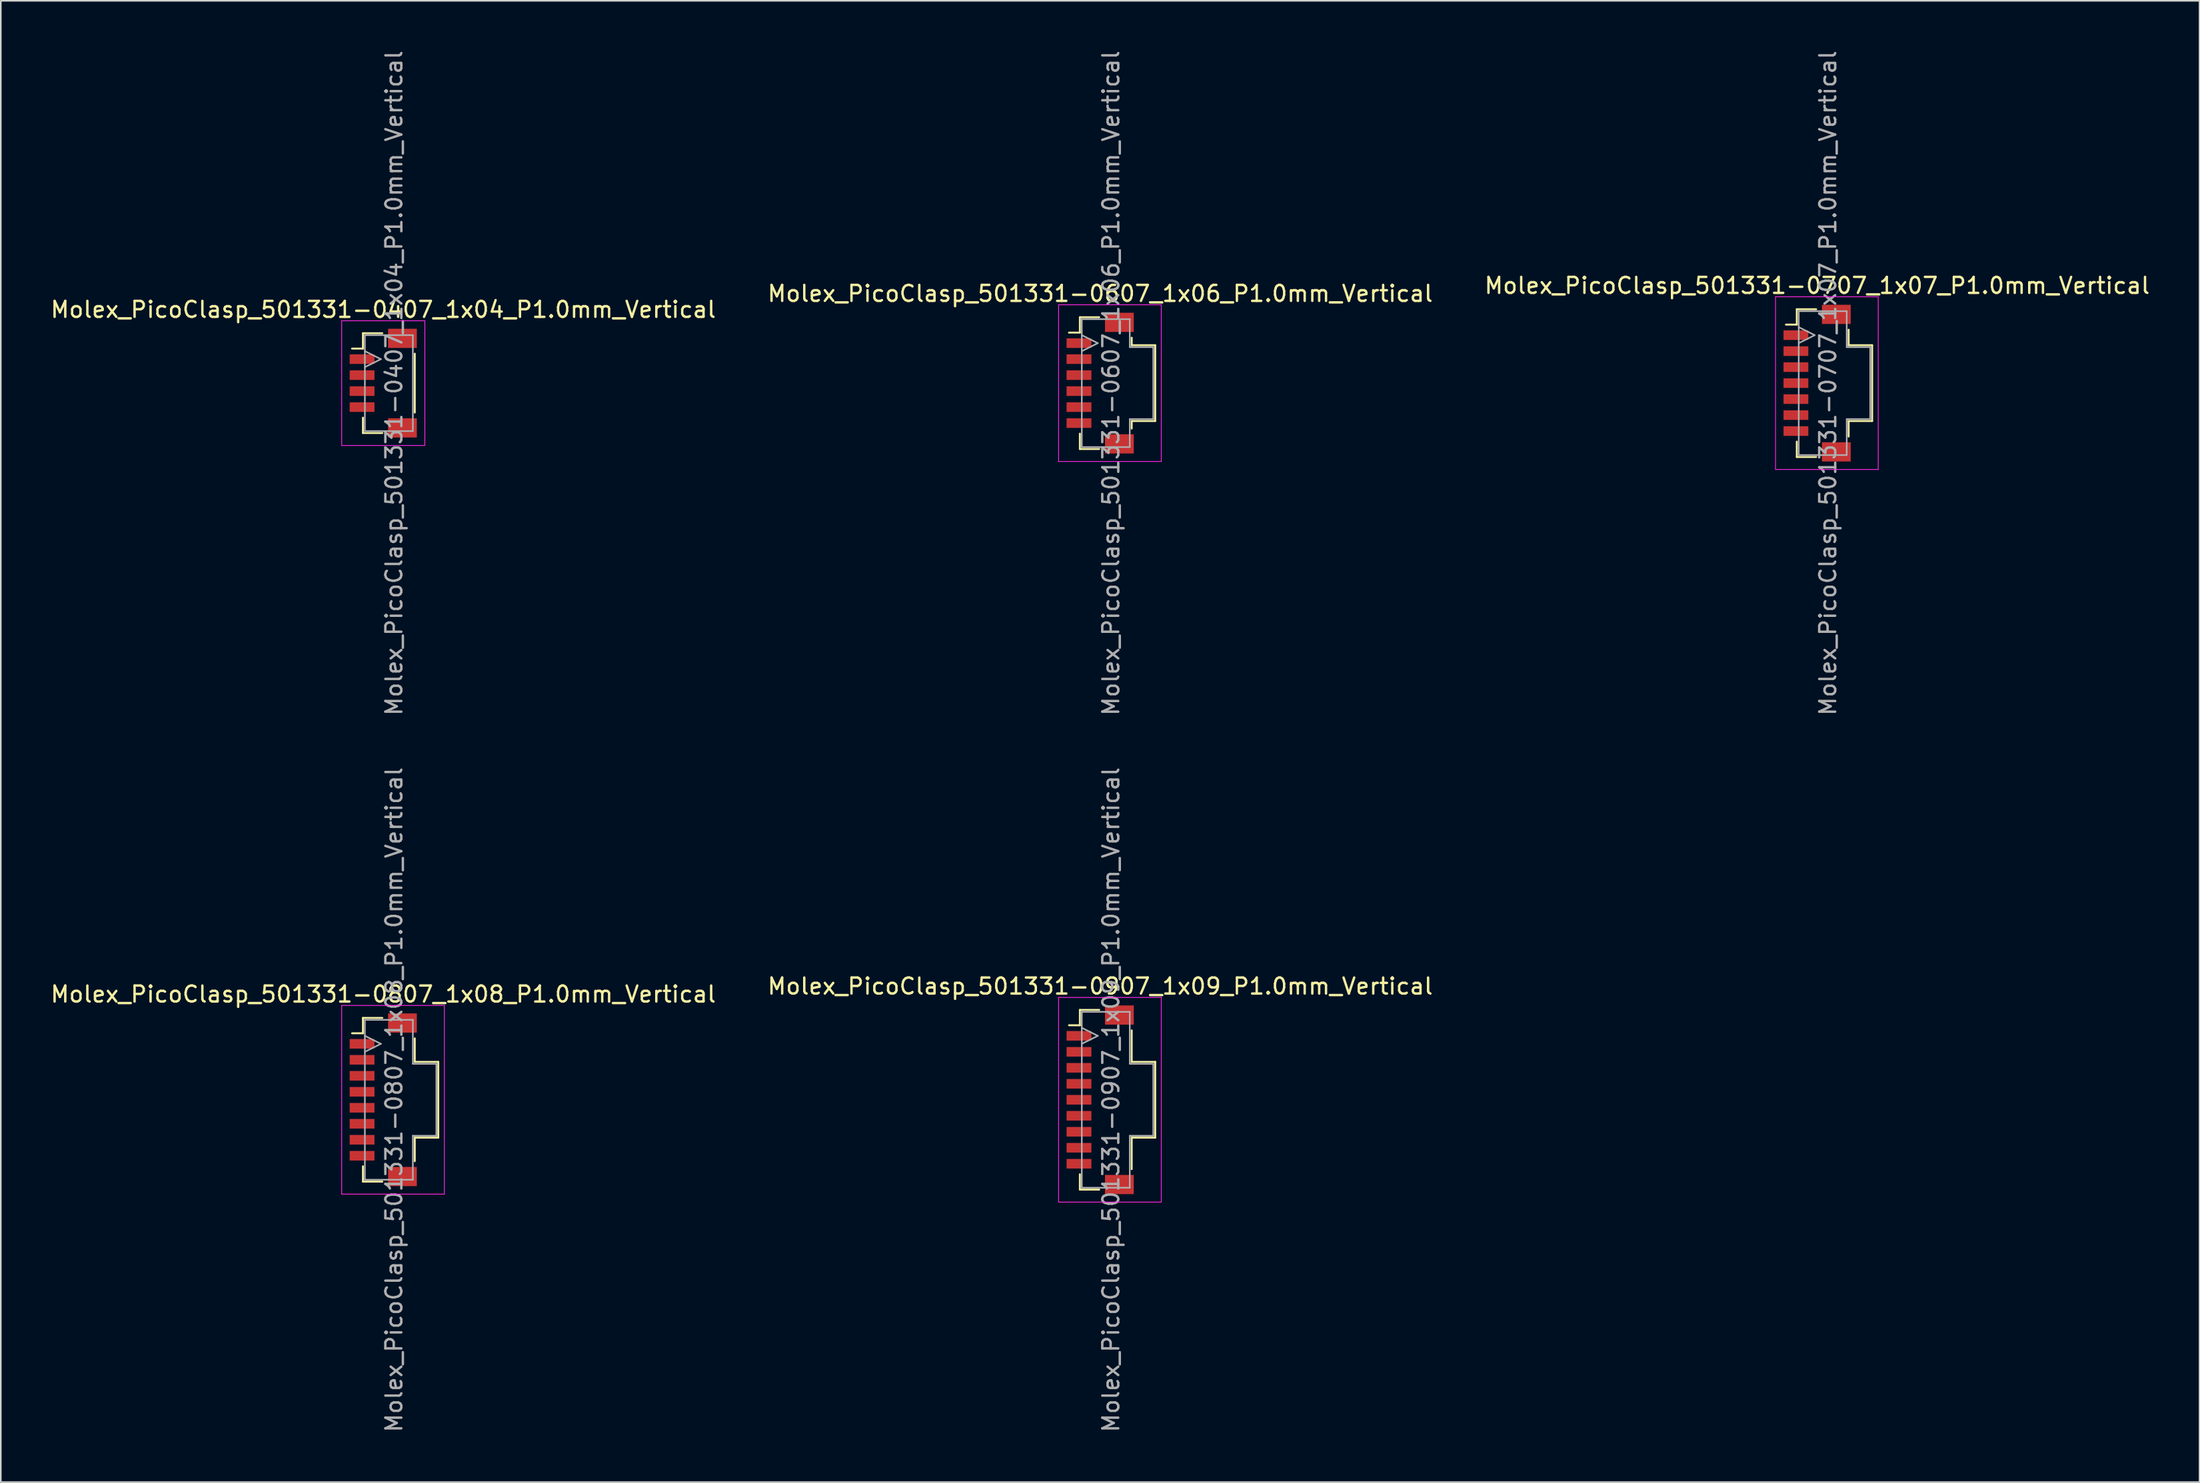
<source format=kicad_pcb>
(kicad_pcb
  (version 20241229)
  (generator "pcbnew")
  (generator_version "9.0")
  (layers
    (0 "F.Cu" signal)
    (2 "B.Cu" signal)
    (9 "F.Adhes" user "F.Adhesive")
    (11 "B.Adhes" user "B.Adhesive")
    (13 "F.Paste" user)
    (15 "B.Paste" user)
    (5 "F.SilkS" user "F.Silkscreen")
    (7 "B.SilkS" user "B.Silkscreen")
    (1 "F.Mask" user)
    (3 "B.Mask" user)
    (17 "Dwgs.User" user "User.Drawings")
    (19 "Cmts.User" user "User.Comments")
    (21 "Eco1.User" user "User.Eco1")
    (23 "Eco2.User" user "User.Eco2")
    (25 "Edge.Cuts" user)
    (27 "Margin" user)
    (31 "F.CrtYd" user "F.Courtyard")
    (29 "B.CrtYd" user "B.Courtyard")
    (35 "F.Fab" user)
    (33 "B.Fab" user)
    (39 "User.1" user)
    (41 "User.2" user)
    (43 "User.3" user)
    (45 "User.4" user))
  (footprint "Molex_PicoClasp_501331-0707_1x07_P1.0mm_Vertical"
    (layer "F.Cu")
    (at 110.554 20.911)
    (property "Reference" "Molex_PicoClasp_501331-0707_1x07_P1.0mm_Vertical" (at 0 -6.1 0) (layer "F.SilkS") (effects (font (size 1 1) (thickness 0.15))))
    (attr smd)
    (fp_line (start -1.95 -3.66) (end -1.27 -3.66) (stroke (width 0.12) (type solid)) (layer "F.SilkS"))
    (fp_line (start -1.27 -4.62) (end -0.06 -4.62) (stroke (width 0.12) (type solid)) (layer "F.SilkS"))
    (fp_line (start -1.27 -3.66) (end -1.27 -4.62) (stroke (width 0.12) (type solid)) (layer "F.SilkS"))
    (fp_line (start -1.27 3.66) (end -1.27 4.62) (stroke (width 0.12) (type solid)) (layer "F.SilkS"))
    (fp_line (start -1.27 4.62) (end -0.06 4.62) (stroke (width 0.12) (type solid)) (layer "F.SilkS"))
    (fp_line (start 1.97 -3.34) (end 1.97 -2.37) (stroke (width 0.12) (type solid)) (layer "F.SilkS"))
    (fp_line (start 1.97 -2.37) (end 3.44 -2.37) (stroke (width 0.12) (type solid)) (layer "F.SilkS"))
    (fp_line (start 1.97 2.37) (end 1.97 3.34) (stroke (width 0.12) (type solid)) (layer "F.SilkS"))
    (fp_line (start 3.44 -2.37) (end 3.44 2.37) (stroke (width 0.12) (type solid)) (layer "F.SilkS"))
    (fp_line (start 3.44 2.37) (end 1.97 2.37) (stroke (width 0.12) (type solid)) (layer "F.SilkS"))
    (fp_line (start -2.6 -5.4) (end -2.6 5.4) (stroke (width 0.05) (type solid)) (layer "F.CrtYd"))
    (fp_line (start -2.6 5.4) (end 3.82 5.4) (stroke (width 0.05) (type solid)) (layer "F.CrtYd"))
    (fp_line (start 3.82 -5.4) (end -2.6 -5.4) (stroke (width 0.05) (type solid)) (layer "F.CrtYd"))
    (fp_line (start 3.82 5.4) (end 3.82 -5.4) (stroke (width 0.05) (type solid)) (layer "F.CrtYd"))
    (fp_line (start -1.15 -4.5) (end 1.85 -4.5) (stroke (width 0.1) (type solid)) (layer "F.Fab"))
    (fp_line (start -1.15 -2.5) (end -0.15 -3) (stroke (width 0.1) (type solid)) (layer "F.Fab"))
    (fp_line (start -1.15 4.5) (end -1.15 -4.5) (stroke (width 0.1) (type solid)) (layer "F.Fab"))
    (fp_line (start -0.15 -3) (end -1.15 -3.5) (stroke (width 0.1) (type solid)) (layer "F.Fab"))
    (fp_line (start 1.85 -4.5) (end 1.85 -2.25) (stroke (width 0.1) (type solid)) (layer "F.Fab"))
    (fp_line (start 1.85 -2.25) (end 3.32 -2.25) (stroke (width 0.1) (type solid)) (layer "F.Fab"))
    (fp_line (start 1.85 2.25) (end 1.85 4.5) (stroke (width 0.1) (type solid)) (layer "F.Fab"))
    (fp_line (start 1.85 4.5) (end -1.15 4.5) (stroke (width 0.1) (type solid)) (layer "F.Fab"))
    (fp_line (start 3.32 -2.25) (end 3.32 2.25) (stroke (width 0.1) (type solid)) (layer "F.Fab"))
    (fp_line (start 3.32 2.25) (end 1.85 2.25) (stroke (width 0.1) (type solid)) (layer "F.Fab"))
    (fp_text user "${REFERENCE}" (at 0.675 0 90) (layer "F.Fab") (effects (font (size 1 1) (thickness 0.15))))
    (pad "" smd rect (at 1.2 -4.3) (size 1.8 1.2) (layers "F.Cu" "F.Mask" "F.Paste"))
    (pad "" smd rect (at 1.2 4.3) (size 1.8 1.2) (layers "F.Cu" "F.Mask" "F.Paste"))
    (pad "1" smd rect (at -1.325 -3) (size 1.55 0.6) (layers "F.Cu" "F.Mask" "F.Paste"))
    (pad "2" smd rect (at -1.325 -2) (size 1.55 0.6) (layers "F.Cu" "F.Mask" "F.Paste"))
    (pad "3" smd rect (at -1.325 -1) (size 1.55 0.6) (layers "F.Cu" "F.Mask" "F.Paste"))
    (pad "4" smd rect (at -1.325 0) (size 1.55 0.6) (layers "F.Cu" "F.Mask" "F.Paste"))
    (pad "5" smd rect (at -1.325 1) (size 1.55 0.6) (layers "F.Cu" "F.Mask" "F.Paste"))
    (pad "6" smd rect (at -1.325 2) (size 1.55 0.6) (layers "F.Cu" "F.Mask" "F.Paste"))
    (pad "7" smd rect (at -1.325 3) (size 1.55 0.6) (layers "F.Cu" "F.Mask" "F.Paste")))
  (footprint "Molex_PicoClasp_501331-0407_1x04_P1.0mm_Vertical"
    (layer "F.Cu")
    (at 20.911 20.911)
    (property "Reference" "Molex_PicoClasp_501331-0407_1x04_P1.0mm_Vertical" (at 0 -4.6 0) (layer "F.SilkS") (effects (font (size 1 1) (thickness 0.15))))
    (attr smd)
    (fp_line (start -1.95 -2.16) (end -1.27 -2.16) (stroke (width 0.12) (type solid)) (layer "F.SilkS"))
    (fp_line (start -1.27 -3.12) (end -0.06 -3.12) (stroke (width 0.12) (type solid)) (layer "F.SilkS"))
    (fp_line (start -1.27 -2.16) (end -1.27 -3.12) (stroke (width 0.12) (type solid)) (layer "F.SilkS"))
    (fp_line (start -1.27 2.16) (end -1.27 3.12) (stroke (width 0.12) (type solid)) (layer "F.SilkS"))
    (fp_line (start -1.27 3.12) (end -0.06 3.12) (stroke (width 0.12) (type solid)) (layer "F.SilkS"))
    (fp_line (start 1.97 -1.84) (end 1.97 1.84) (stroke (width 0.12) (type solid)) (layer "F.SilkS"))
    (fp_line (start -2.6 -3.9) (end -2.6 3.9) (stroke (width 0.05) (type solid)) (layer "F.CrtYd"))
    (fp_line (start -2.6 3.9) (end 2.6 3.9) (stroke (width 0.05) (type solid)) (layer "F.CrtYd"))
    (fp_line (start 2.6 -3.9) (end -2.6 -3.9) (stroke (width 0.05) (type solid)) (layer "F.CrtYd"))
    (fp_line (start 2.6 3.9) (end 2.6 -3.9) (stroke (width 0.05) (type solid)) (layer "F.CrtYd"))
    (fp_line (start -1.15 -3) (end -1.15 3) (stroke (width 0.1) (type solid)) (layer "F.Fab"))
    (fp_line (start -1.15 -1) (end -0.15 -1.5) (stroke (width 0.1) (type solid)) (layer "F.Fab"))
    (fp_line (start -1.15 3) (end 1.85 3) (stroke (width 0.1) (type solid)) (layer "F.Fab"))
    (fp_line (start -0.15 -1.5) (end -1.15 -2) (stroke (width 0.1) (type solid)) (layer "F.Fab"))
    (fp_line (start 1.85 -3) (end -1.15 -3) (stroke (width 0.1) (type solid)) (layer "F.Fab"))
    (fp_line (start 1.85 3) (end 1.85 -3) (stroke (width 0.1) (type solid)) (layer "F.Fab"))
    (fp_text user "${REFERENCE}" (at 0.675 0 90) (layer "F.Fab") (effects (font (size 1 1) (thickness 0.15))))
    (pad "" smd rect (at 1.2 -2.8) (size 1.8 1.2) (layers "F.Cu" "F.Mask" "F.Paste"))
    (pad "" smd rect (at 1.2 2.8) (size 1.8 1.2) (layers "F.Cu" "F.Mask" "F.Paste"))
    (pad "1" smd rect (at -1.325 -1.5) (size 1.55 0.6) (layers "F.Cu" "F.Mask" "F.Paste"))
    (pad "2" smd rect (at -1.325 -0.5) (size 1.55 0.6) (layers "F.Cu" "F.Mask" "F.Paste"))
    (pad "3" smd rect (at -1.325 0.5) (size 1.55 0.6) (layers "F.Cu" "F.Mask" "F.Paste"))
    (pad "4" smd rect (at -1.325 1.5) (size 1.55 0.6) (layers "F.Cu" "F.Mask" "F.Paste")))
  (footprint "Molex_PicoClasp_501331-0807_1x08_P1.0mm_Vertical"
    (layer "F.Cu")
    (at 20.911 65.732)
    (property "Reference" "Molex_PicoClasp_501331-0807_1x08_P1.0mm_Vertical" (at 0 -6.6 0) (layer "F.SilkS") (effects (font (size 1 1) (thickness 0.15))))
    (attr smd)
    (fp_line (start -1.95 -4.16) (end -1.27 -4.16) (stroke (width 0.12) (type solid)) (layer "F.SilkS"))
    (fp_line (start -1.27 -5.12) (end -0.06 -5.12) (stroke (width 0.12) (type solid)) (layer "F.SilkS"))
    (fp_line (start -1.27 -4.16) (end -1.27 -5.12) (stroke (width 0.12) (type solid)) (layer "F.SilkS"))
    (fp_line (start -1.27 4.16) (end -1.27 5.12) (stroke (width 0.12) (type solid)) (layer "F.SilkS"))
    (fp_line (start -1.27 5.12) (end -0.06 5.12) (stroke (width 0.12) (type solid)) (layer "F.SilkS"))
    (fp_line (start 1.97 -3.84) (end 1.97 -2.37) (stroke (width 0.12) (type solid)) (layer "F.SilkS"))
    (fp_line (start 1.97 -2.37) (end 3.44 -2.37) (stroke (width 0.12) (type solid)) (layer "F.SilkS"))
    (fp_line (start 1.97 2.37) (end 1.97 3.84) (stroke (width 0.12) (type solid)) (layer "F.SilkS"))
    (fp_line (start 3.44 -2.37) (end 3.44 2.37) (stroke (width 0.12) (type solid)) (layer "F.SilkS"))
    (fp_line (start 3.44 2.37) (end 1.97 2.37) (stroke (width 0.12) (type solid)) (layer "F.SilkS"))
    (fp_line (start -2.6 -5.9) (end -2.6 5.9) (stroke (width 0.05) (type solid)) (layer "F.CrtYd"))
    (fp_line (start -2.6 5.9) (end 3.82 5.9) (stroke (width 0.05) (type solid)) (layer "F.CrtYd"))
    (fp_line (start 3.82 -5.9) (end -2.6 -5.9) (stroke (width 0.05) (type solid)) (layer "F.CrtYd"))
    (fp_line (start 3.82 5.9) (end 3.82 -5.9) (stroke (width 0.05) (type solid)) (layer "F.CrtYd"))
    (fp_line (start -1.15 -5) (end 1.85 -5) (stroke (width 0.1) (type solid)) (layer "F.Fab"))
    (fp_line (start -1.15 -3) (end -0.15 -3.5) (stroke (width 0.1) (type solid)) (layer "F.Fab"))
    (fp_line (start -1.15 5) (end -1.15 -5) (stroke (width 0.1) (type solid)) (layer "F.Fab"))
    (fp_line (start -0.15 -3.5) (end -1.15 -4) (stroke (width 0.1) (type solid)) (layer "F.Fab"))
    (fp_line (start 1.85 -5) (end 1.85 -2.25) (stroke (width 0.1) (type solid)) (layer "F.Fab"))
    (fp_line (start 1.85 -2.25) (end 3.32 -2.25) (stroke (width 0.1) (type solid)) (layer "F.Fab"))
    (fp_line (start 1.85 2.25) (end 1.85 5) (stroke (width 0.1) (type solid)) (layer "F.Fab"))
    (fp_line (start 1.85 5) (end -1.15 5) (stroke (width 0.1) (type solid)) (layer "F.Fab"))
    (fp_line (start 3.32 -2.25) (end 3.32 2.25) (stroke (width 0.1) (type solid)) (layer "F.Fab"))
    (fp_line (start 3.32 2.25) (end 1.85 2.25) (stroke (width 0.1) (type solid)) (layer "F.Fab"))
    (fp_text user "${REFERENCE}" (at 0.675 0 90) (layer "F.Fab") (effects (font (size 1 1) (thickness 0.15))))
    (pad "" smd rect (at 1.2 -4.8) (size 1.8 1.2) (layers "F.Cu" "F.Mask" "F.Paste"))
    (pad "" smd rect (at 1.2 4.8) (size 1.8 1.2) (layers "F.Cu" "F.Mask" "F.Paste"))
    (pad "1" smd rect (at -1.325 -3.5) (size 1.55 0.6) (layers "F.Cu" "F.Mask" "F.Paste"))
    (pad "2" smd rect (at -1.325 -2.5) (size 1.55 0.6) (layers "F.Cu" "F.Mask" "F.Paste"))
    (pad "3" smd rect (at -1.325 -1.5) (size 1.55 0.6) (layers "F.Cu" "F.Mask" "F.Paste"))
    (pad "4" smd rect (at -1.325 -0.5) (size 1.55 0.6) (layers "F.Cu" "F.Mask" "F.Paste"))
    (pad "5" smd rect (at -1.325 0.5) (size 1.55 0.6) (layers "F.Cu" "F.Mask" "F.Paste"))
    (pad "6" smd rect (at -1.325 1.5) (size 1.55 0.6) (layers "F.Cu" "F.Mask" "F.Paste"))
    (pad "7" smd rect (at -1.325 2.5) (size 1.55 0.6) (layers "F.Cu" "F.Mask" "F.Paste"))
    (pad "8" smd rect (at -1.325 3.5) (size 1.55 0.6) (layers "F.Cu" "F.Mask" "F.Paste")))
  (footprint "Molex_PicoClasp_501331-0907_1x09_P1.0mm_Vertical"
    (layer "F.Cu")
    (at 65.732 65.732)
    (property "Reference" "Molex_PicoClasp_501331-0907_1x09_P1.0mm_Vertical" (at 0 -7.1 0) (layer "F.SilkS") (effects (font (size 1 1) (thickness 0.15))))
    (attr smd)
    (fp_line (start -1.95 -4.66) (end -1.27 -4.66) (stroke (width 0.12) (type solid)) (layer "F.SilkS"))
    (fp_line (start -1.27 -5.62) (end -0.06 -5.62) (stroke (width 0.12) (type solid)) (layer "F.SilkS"))
    (fp_line (start -1.27 -4.66) (end -1.27 -5.62) (stroke (width 0.12) (type solid)) (layer "F.SilkS"))
    (fp_line (start -1.27 4.66) (end -1.27 5.62) (stroke (width 0.12) (type solid)) (layer "F.SilkS"))
    (fp_line (start -1.27 5.62) (end -0.06 5.62) (stroke (width 0.12) (type solid)) (layer "F.SilkS"))
    (fp_line (start 1.97 -4.34) (end 1.97 -2.37) (stroke (width 0.12) (type solid)) (layer "F.SilkS"))
    (fp_line (start 1.97 -2.37) (end 3.44 -2.37) (stroke (width 0.12) (type solid)) (layer "F.SilkS"))
    (fp_line (start 1.97 2.37) (end 1.97 4.34) (stroke (width 0.12) (type solid)) (layer "F.SilkS"))
    (fp_line (start 3.44 -2.37) (end 3.44 2.37) (stroke (width 0.12) (type solid)) (layer "F.SilkS"))
    (fp_line (start 3.44 2.37) (end 1.97 2.37) (stroke (width 0.12) (type solid)) (layer "F.SilkS"))
    (fp_line (start -2.6 -6.4) (end -2.6 6.4) (stroke (width 0.05) (type solid)) (layer "F.CrtYd"))
    (fp_line (start -2.6 6.4) (end 3.82 6.4) (stroke (width 0.05) (type solid)) (layer "F.CrtYd"))
    (fp_line (start 3.82 -6.4) (end -2.6 -6.4) (stroke (width 0.05) (type solid)) (layer "F.CrtYd"))
    (fp_line (start 3.82 6.4) (end 3.82 -6.4) (stroke (width 0.05) (type solid)) (layer "F.CrtYd"))
    (fp_line (start -1.15 -5.5) (end 1.85 -5.5) (stroke (width 0.1) (type solid)) (layer "F.Fab"))
    (fp_line (start -1.15 -3.5) (end -0.15 -4) (stroke (width 0.1) (type solid)) (layer "F.Fab"))
    (fp_line (start -1.15 5.5) (end -1.15 -5.5) (stroke (width 0.1) (type solid)) (layer "F.Fab"))
    (fp_line (start -0.15 -4) (end -1.15 -4.5) (stroke (width 0.1) (type solid)) (layer "F.Fab"))
    (fp_line (start 1.85 -5.5) (end 1.85 -2.25) (stroke (width 0.1) (type solid)) (layer "F.Fab"))
    (fp_line (start 1.85 -2.25) (end 3.32 -2.25) (stroke (width 0.1) (type solid)) (layer "F.Fab"))
    (fp_line (start 1.85 2.25) (end 1.85 5.5) (stroke (width 0.1) (type solid)) (layer "F.Fab"))
    (fp_line (start 1.85 5.5) (end -1.15 5.5) (stroke (width 0.1) (type solid)) (layer "F.Fab"))
    (fp_line (start 3.32 -2.25) (end 3.32 2.25) (stroke (width 0.1) (type solid)) (layer "F.Fab"))
    (fp_line (start 3.32 2.25) (end 1.85 2.25) (stroke (width 0.1) (type solid)) (layer "F.Fab"))
    (fp_text user "${REFERENCE}" (at 0.675 0 90) (layer "F.Fab") (effects (font (size 1 1) (thickness 0.15))))
    (pad "" smd rect (at 1.2 -5.3) (size 1.8 1.2) (layers "F.Cu" "F.Mask" "F.Paste"))
    (pad "" smd rect (at 1.2 5.3) (size 1.8 1.2) (layers "F.Cu" "F.Mask" "F.Paste"))
    (pad "1" smd rect (at -1.325 -4) (size 1.55 0.6) (layers "F.Cu" "F.Mask" "F.Paste"))
    (pad "2" smd rect (at -1.325 -3) (size 1.55 0.6) (layers "F.Cu" "F.Mask" "F.Paste"))
    (pad "3" smd rect (at -1.325 -2) (size 1.55 0.6) (layers "F.Cu" "F.Mask" "F.Paste"))
    (pad "4" smd rect (at -1.325 -1) (size 1.55 0.6) (layers "F.Cu" "F.Mask" "F.Paste"))
    (pad "5" smd rect (at -1.325 0) (size 1.55 0.6) (layers "F.Cu" "F.Mask" "F.Paste"))
    (pad "6" smd rect (at -1.325 1) (size 1.55 0.6) (layers "F.Cu" "F.Mask" "F.Paste"))
    (pad "7" smd rect (at -1.325 2) (size 1.55 0.6) (layers "F.Cu" "F.Mask" "F.Paste"))
    (pad "8" smd rect (at -1.325 3) (size 1.55 0.6) (layers "F.Cu" "F.Mask" "F.Paste"))
    (pad "9" smd rect (at -1.325 4) (size 1.55 0.6) (layers "F.Cu" "F.Mask" "F.Paste")))
  (footprint "Molex_PicoClasp_501331-0607_1x06_P1.0mm_Vertical"
    (layer "F.Cu")
    (at 65.732 20.911)
    (property "Reference" "Molex_PicoClasp_501331-0607_1x06_P1.0mm_Vertical" (at 0 -5.6 0) (layer "F.SilkS") (effects (font (size 1 1) (thickness 0.15))))
    (attr smd)
    (fp_line (start -1.95 -3.16) (end -1.27 -3.16) (stroke (width 0.12) (type solid)) (layer "F.SilkS"))
    (fp_line (start -1.27 -4.12) (end -0.06 -4.12) (stroke (width 0.12) (type solid)) (layer "F.SilkS"))
    (fp_line (start -1.27 -3.16) (end -1.27 -4.12) (stroke (width 0.12) (type solid)) (layer "F.SilkS"))
    (fp_line (start -1.27 3.16) (end -1.27 4.12) (stroke (width 0.12) (type solid)) (layer "F.SilkS"))
    (fp_line (start -1.27 4.12) (end -0.06 4.12) (stroke (width 0.12) (type solid)) (layer "F.SilkS"))
    (fp_line (start 1.97 -2.84) (end 1.97 -2.37) (stroke (width 0.12) (type solid)) (layer "F.SilkS"))
    (fp_line (start 1.97 -2.37) (end 3.44 -2.37) (stroke (width 0.12) (type solid)) (layer "F.SilkS"))
    (fp_line (start 1.97 2.37) (end 1.97 2.84) (stroke (width 0.12) (type solid)) (layer "F.SilkS"))
    (fp_line (start 3.44 -2.37) (end 3.44 2.37) (stroke (width 0.12) (type solid)) (layer "F.SilkS"))
    (fp_line (start 3.44 2.37) (end 1.97 2.37) (stroke (width 0.12) (type solid)) (layer "F.SilkS"))
    (fp_line (start -2.6 -4.9) (end -2.6 4.9) (stroke (width 0.05) (type solid)) (layer "F.CrtYd"))
    (fp_line (start -2.6 4.9) (end 3.82 4.9) (stroke (width 0.05) (type solid)) (layer "F.CrtYd"))
    (fp_line (start 3.82 -4.9) (end -2.6 -4.9) (stroke (width 0.05) (type solid)) (layer "F.CrtYd"))
    (fp_line (start 3.82 4.9) (end 3.82 -4.9) (stroke (width 0.05) (type solid)) (layer "F.CrtYd"))
    (fp_line (start -1.15 -4) (end 1.85 -4) (stroke (width 0.1) (type solid)) (layer "F.Fab"))
    (fp_line (start -1.15 -2) (end -0.15 -2.5) (stroke (width 0.1) (type solid)) (layer "F.Fab"))
    (fp_line (start -1.15 4) (end -1.15 -4) (stroke (width 0.1) (type solid)) (layer "F.Fab"))
    (fp_line (start -0.15 -2.5) (end -1.15 -3) (stroke (width 0.1) (type solid)) (layer "F.Fab"))
    (fp_line (start 1.85 -4) (end 1.85 -2.25) (stroke (width 0.1) (type solid)) (layer "F.Fab"))
    (fp_line (start 1.85 -2.25) (end 3.32 -2.25) (stroke (width 0.1) (type solid)) (layer "F.Fab"))
    (fp_line (start 1.85 2.25) (end 1.85 4) (stroke (width 0.1) (type solid)) (layer "F.Fab"))
    (fp_line (start 1.85 4) (end -1.15 4) (stroke (width 0.1) (type solid)) (layer "F.Fab"))
    (fp_line (start 3.32 -2.25) (end 3.32 2.25) (stroke (width 0.1) (type solid)) (layer "F.Fab"))
    (fp_line (start 3.32 2.25) (end 1.85 2.25) (stroke (width 0.1) (type solid)) (layer "F.Fab"))
    (fp_text user "${REFERENCE}" (at 0.675 0 90) (layer "F.Fab") (effects (font (size 1 1) (thickness 0.15))))
    (pad "" smd rect (at 1.2 -3.8) (size 1.8 1.2) (layers "F.Cu" "F.Mask" "F.Paste"))
    (pad "" smd rect (at 1.2 3.8) (size 1.8 1.2) (layers "F.Cu" "F.Mask" "F.Paste"))
    (pad "1" smd rect (at -1.325 -2.5) (size 1.55 0.6) (layers "F.Cu" "F.Mask" "F.Paste"))
    (pad "2" smd rect (at -1.325 -1.5) (size 1.55 0.6) (layers "F.Cu" "F.Mask" "F.Paste"))
    (pad "3" smd rect (at -1.325 -0.5) (size 1.55 0.6) (layers "F.Cu" "F.Mask" "F.Paste"))
    (pad "4" smd rect (at -1.325 0.5) (size 1.55 0.6) (layers "F.Cu" "F.Mask" "F.Paste"))
    (pad "5" smd rect (at -1.325 1.5) (size 1.55 0.6) (layers "F.Cu" "F.Mask" "F.Paste"))
    (pad "6" smd rect (at -1.325 2.5) (size 1.55 0.6) (layers "F.Cu" "F.Mask" "F.Paste")))
  (gr_rect
    (start -3 -3)
    (end 134.464 89.643)
    (stroke (width 0.1) (type default))
    (fill no)
    (layer "Edge.Cuts")))
</source>
